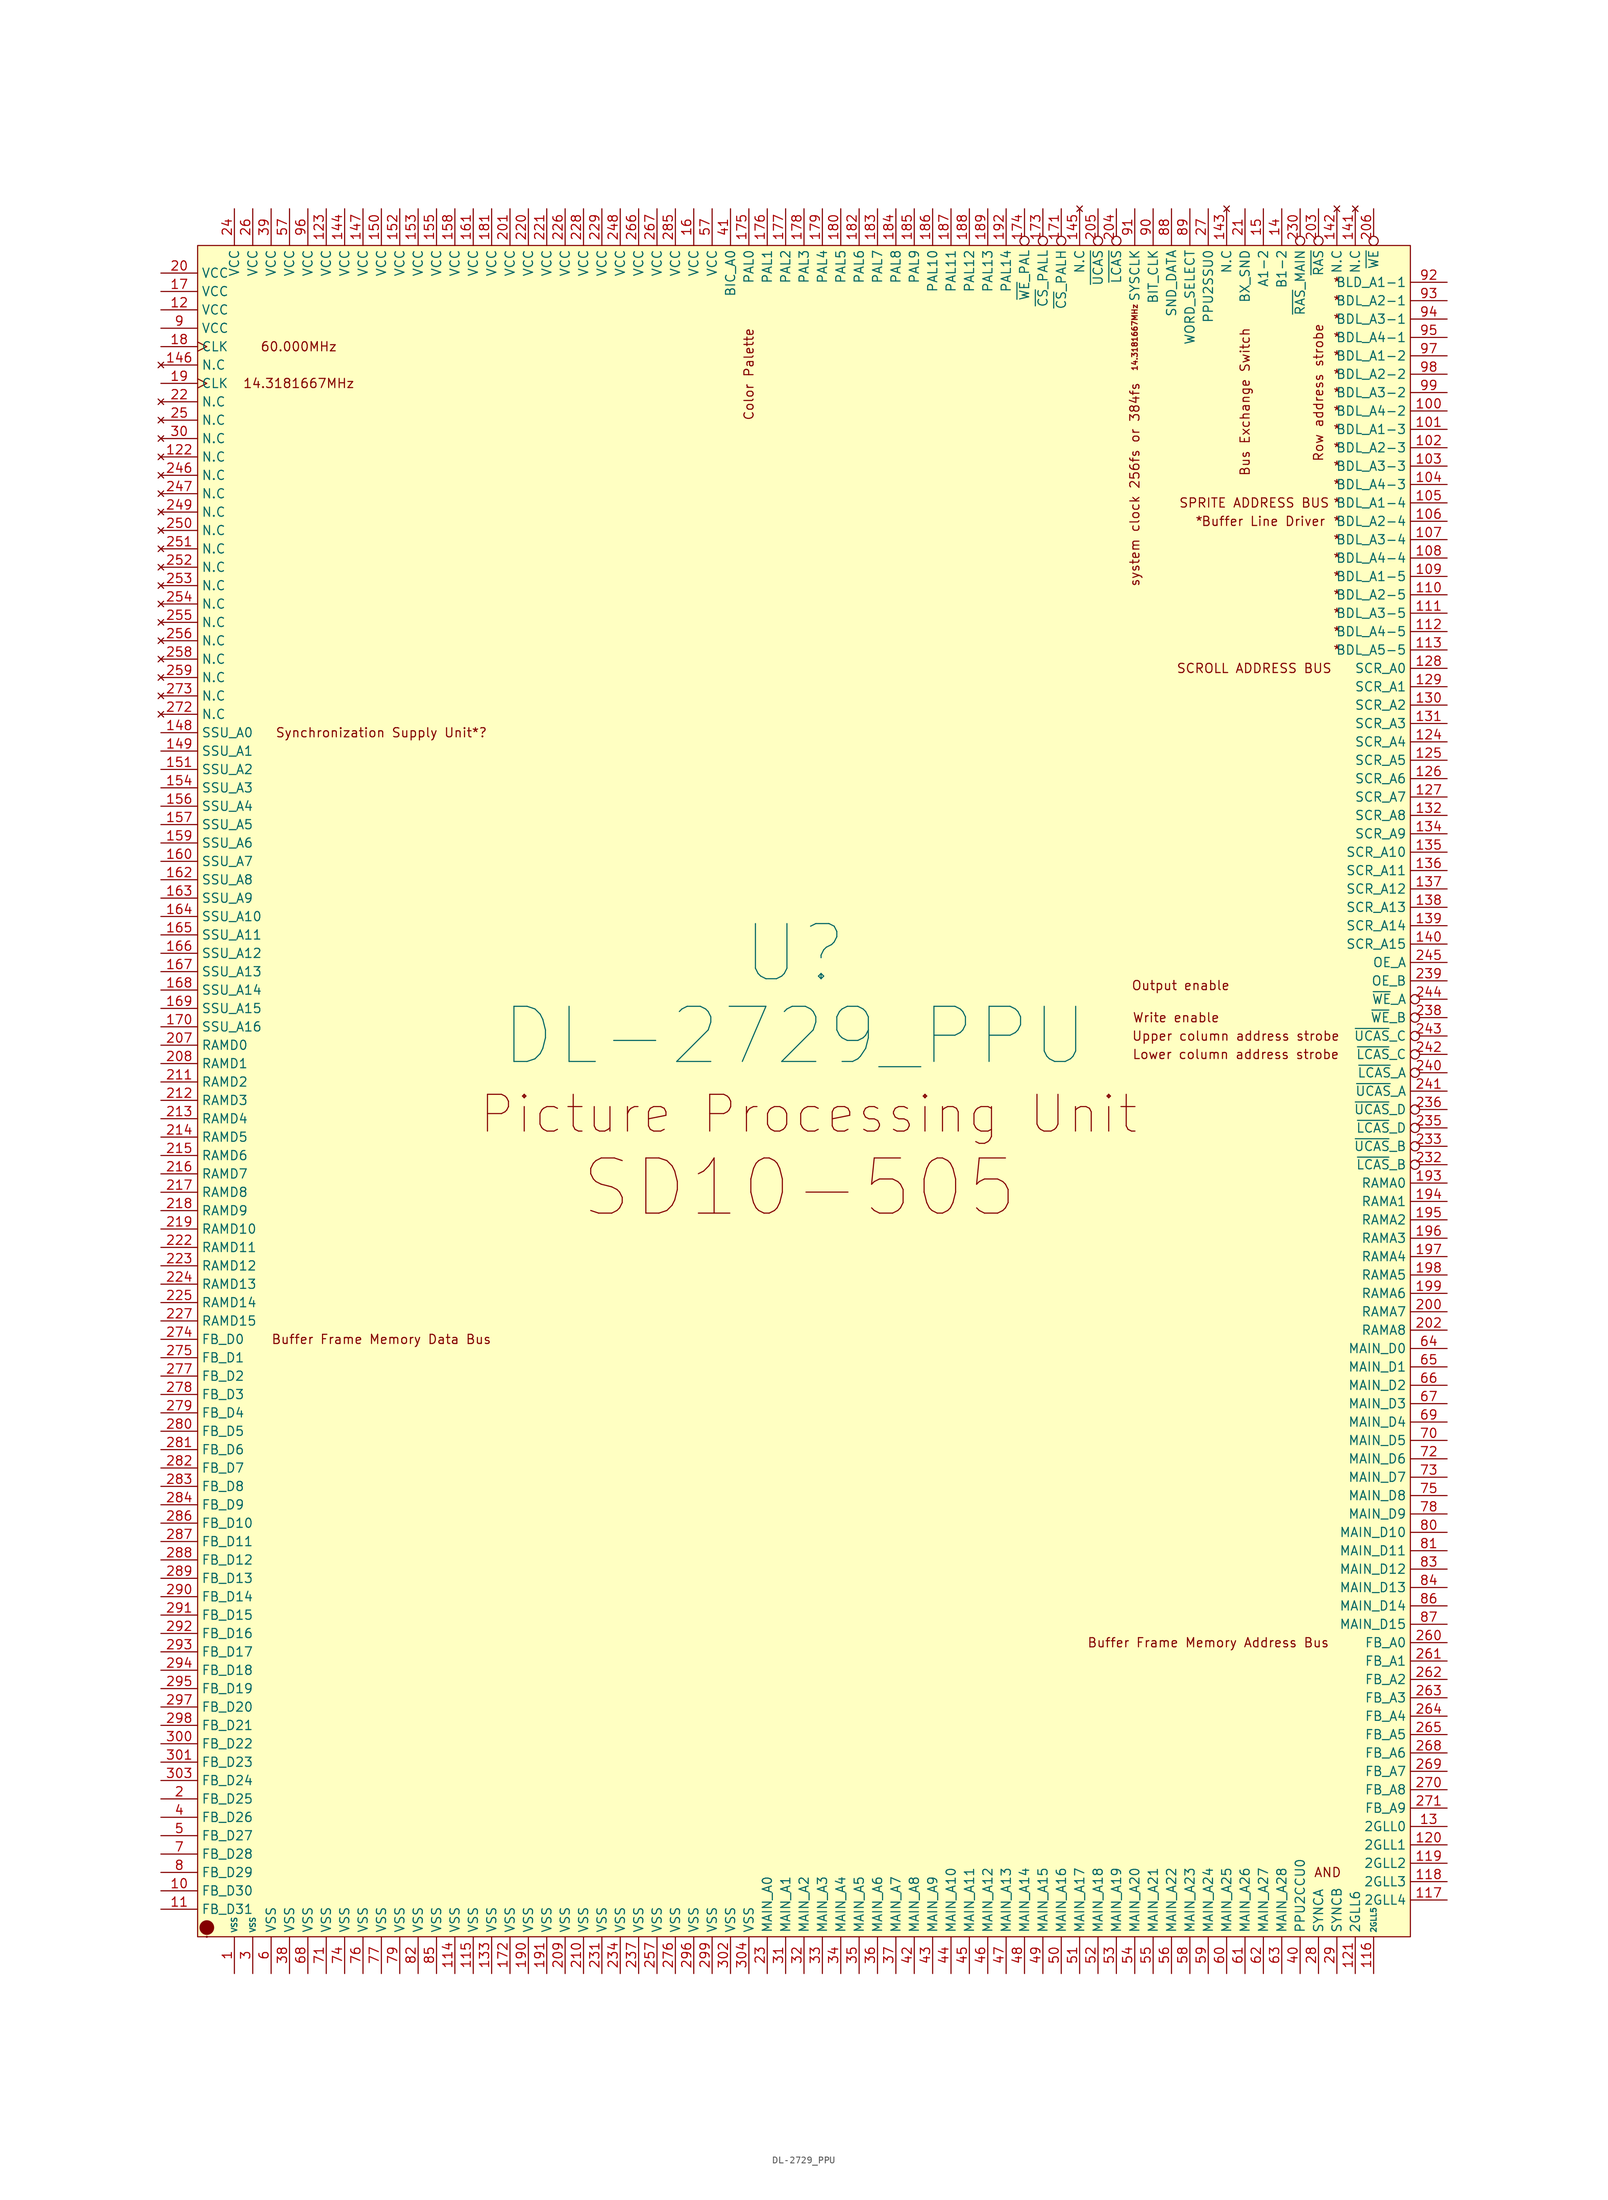
<source format=kicad_sym>
(kicad_symbol_lib
  (version 20211014)
  (generator kicad_symbol_editor)
  (symbol "DL-2729_PPU"
    (property "Reference" "U"
      (at 0 5.08 0)
      (effects (font (size 7.62 7.62))))
    (property "Value" "DL-2729_PPU"
      (at 0 -6.35 0)
      (effects (font (size 7.62 7.62))))
    (symbol "DL-2729_PPU_0_0"
      (circle (center -81.28 -130.81) (radius 0.0001) (stroke (width 0.152) (type default) (color 0 0 0 0)) (fill (type none)))
      (text "*" (at 55.88 64.77 0) (effects (font (size 1.27 1.27))))
      (text "*" (at 74.93 46.99 0) (effects (font (size 1.27 1.27))))
      (text "*" (at 74.93 49.53 0) (effects (font (size 1.27 1.27))))
      (text "*" (at 74.93 52.07 0) (effects (font (size 1.27 1.27))))
      (text "*" (at 74.93 54.61 0) (effects (font (size 1.27 1.27))))
      (text "*" (at 74.93 57.15 0) (effects (font (size 1.27 1.27))))
      (text "*" (at 74.93 59.69 0) (effects (font (size 1.27 1.27))))
      (text "*" (at 74.93 62.23 0) (effects (font (size 1.27 1.27))))
      (text "*" (at 74.93 64.77 0) (effects (font (size 1.27 1.27))))
      (text "*" (at 74.93 67.31 0) (effects (font (size 1.27 1.27))))
      (text "*" (at 74.93 69.85 0) (effects (font (size 1.27 1.27))))
      (text "*" (at 74.93 72.39 0) (effects (font (size 1.27 1.27))))
      (text "*" (at 74.93 74.93 0) (effects (font (size 1.27 1.27))))
      (text "*" (at 74.93 77.47 0) (effects (font (size 1.27 1.27))))
      (text "*" (at 74.93 80.01 0) (effects (font (size 1.27 1.27))))
      (text "*" (at 74.93 82.55 0) (effects (font (size 1.27 1.27))))
      (text "*" (at 74.93 85.09 0) (effects (font (size 1.27 1.27))))
      (text "*" (at 74.93 87.63 0) (effects (font (size 1.27 1.27))))
      (text "*" (at 74.93 90.17 0) (effects (font (size 1.27 1.27))))
      (text "*" (at 74.93 92.71 0) (effects (font (size 1.27 1.27))))
      (text "*" (at 74.93 95.25 0) (effects (font (size 1.27 1.27))))
      (text "*" (at 74.93 97.79 0) (effects (font (size 1.27 1.27))))
      (text "14.3181667MHz" (at -68.58 83.82 0) (effects (font (size 1.27 1.27))))
      (text "14.3181667MHz" (at 46.99 90.17 900) (effects (font (size 0.762 0.762))))
      (text "60.000MHz" (at -68.58 88.9 0) (effects (font (size 1.27 1.27))))
      (text "AND" (at 73.66 -121.92 0) (effects (font (size 1.27 1.27))))
      (text "Buffer Frame Memory Address Bus" (at 57.15 -90.17 0) (effects (font (size 1.27 1.27))))
      (text "Buffer Frame Memory Data Bus" (at -57.15 -48.26 0) (effects (font (size 1.27 1.27))))
      (text "Buffer Line Driver" (at 64.77 64.77 0) (effects (font (size 1.27 1.27))))
      (text "Bus Exchange Switch" (at 62.23 81.28 900) (effects (font (size 1.27 1.27))))
      (text "Color Palette" (at -6.35 85.09 900) (effects (font (size 1.27 1.27))))
      (text "Lower column address strobe" (at 60.96 -8.89 0) (effects (font (size 1.27 1.27))))
      (text "Output enable" (at 53.34 0.635 0) (effects (font (size 1.27 1.27))))
      (text "Picture Processing Unit" (at 1.905 -17.145 0) (effects (font (size 5.08 5.08))))
      (text "Row address strobe" (at 72.39 82.55 900) (effects (font (size 1.27 1.27))))
      (text "SCROLL ADDRESS BUS" (at 63.5 44.45 0) (effects (font (size 1.27 1.27))))
      (text "SD10-505" (at 0.635 -27.305 0) (effects (font (size 7.62 7.62))))
      (text "SPRITE ADDRESS BUS" (at 63.5 67.31 0) (effects (font (size 1.27 1.27))))
      (text "Synchronization Supply Unit*?" (at -57.15 35.56 0) (effects (font (size 1.27 1.27))))
      (text "system clock 256fs or 384fs" (at 46.99 69.85 900) (effects (font (size 1.27 1.27))))
      (text "Upper column address strobe" (at 60.96 -6.35 0) (effects (font (size 1.27 1.27))))
      (text "Write enable" (at 52.705 -3.81 0) (effects (font (size 1.27 1.27)))))
    (symbol "DL-2729_PPU_0_1"
      (rectangle (start -82.55 102.87) (end 85.09 -130.81) (stroke (width 0.152) (type default) (color 0 0 0 0)) (fill (type background)))
      (circle (center -81.28 -129.54) (radius 0.0001) (stroke (width 1.016) (type default) (color 0 0 0 0)) (fill (type none))))
    (symbol "DL-2729_PPU_1_1"
      (pin power_in line (at -77.47 -135.89 90) (length 5.08) (name "VSS" (effects (font (size 0.762 0.762)))) (number "1" (effects (font (size 1.27 1.27)))))
      (pin bidirectional line (at -87.63 -124.46 0) (length 5.08) (name "FB_D30" (effects (font (size 1.27 1.27)))) (number "10" (effects (font (size 1.27 1.27)))))
      (pin output line (at 90.17 80.01 180) (length 5.08) (name "BDL_A4-2" (effects (font (size 1.27 1.27)))) (number "100" (effects (font (size 1.27 1.27)))))
      (pin output line (at 90.17 77.47 180) (length 5.08) (name "BDL_A1-3" (effects (font (size 1.27 1.27)))) (number "101" (effects (font (size 1.27 1.27)))))
      (pin output line (at 90.17 74.93 180) (length 5.08) (name "BDL_A2-3" (effects (font (size 1.27 1.27)))) (number "102" (effects (font (size 1.27 1.27)))))
      (pin output line (at 90.17 72.39 180) (length 5.08) (name "BDL_A3-3" (effects (font (size 1.27 1.27)))) (number "103" (effects (font (size 1.27 1.27)))))
      (pin output line (at 90.17 69.85 180) (length 5.08) (name "BDL_A4-3" (effects (font (size 1.27 1.27)))) (number "104" (effects (font (size 1.27 1.27)))))
      (pin output line (at 90.17 67.31 180) (length 5.08) (name "BDL_A1-4" (effects (font (size 1.27 1.27)))) (number "105" (effects (font (size 1.27 1.27)))))
      (pin output line (at 90.17 64.77 180) (length 5.08) (name "BDL_A2-4" (effects (font (size 1.27 1.27)))) (number "106" (effects (font (size 1.27 1.27)))))
      (pin output line (at 90.17 62.23 180) (length 5.08) (name "BDL_A3-4" (effects (font (size 1.27 1.27)))) (number "107" (effects (font (size 1.27 1.27)))))
      (pin output line (at 90.17 59.69 180) (length 5.08) (name "BDL_A4-4" (effects (font (size 1.27 1.27)))) (number "108" (effects (font (size 1.27 1.27)))))
      (pin output line (at 90.17 57.15 180) (length 5.08) (name "BDL_A1-5" (effects (font (size 1.27 1.27)))) (number "109" (effects (font (size 1.27 1.27)))))
      (pin bidirectional line (at -87.63 -127 0) (length 5.08) (name "FB_D31" (effects (font (size 1.27 1.27)))) (number "11" (effects (font (size 1.27 1.27)))))
      (pin output line (at 90.17 54.61 180) (length 5.08) (name "BDL_A2-5" (effects (font (size 1.27 1.27)))) (number "110" (effects (font (size 1.27 1.27)))))
      (pin output line (at 90.17 52.07 180) (length 5.08) (name "BDL_A3-5" (effects (font (size 1.27 1.27)))) (number "111" (effects (font (size 1.27 1.27)))))
      (pin output line (at 90.17 49.53 180) (length 5.08) (name "BDL_A4-5" (effects (font (size 1.27 1.27)))) (number "112" (effects (font (size 1.27 1.27)))))
      (pin output line (at 90.17 46.99 180) (length 5.08) (name "BDL_A5-5" (effects (font (size 1.27 1.27)))) (number "113" (effects (font (size 1.27 1.27)))))
      (pin power_in line (at -46.99 -135.89 90) (length 5.08) (name "VSS" (effects (font (size 1.27 1.27)))) (number "114" (effects (font (size 1.27 1.27)))))
      (pin power_in line (at -44.45 -135.89 90) (length 5.08) (name "VSS" (effects (font (size 1.27 1.27)))) (number "115" (effects (font (size 1.27 1.27)))))
      (pin bidirectional line (at 80.01 -135.89 90) (length 5.08) (name "2GLL5" (effects (font (size 0.762 0.762)))) (number "116" (effects (font (size 1.27 1.27)))))
      (pin bidirectional line (at 90.17 -125.73 180) (length 5.08) (name "2GLL4" (effects (font (size 1.27 1.27)))) (number "117" (effects (font (size 1.27 1.27)))))
      (pin bidirectional line (at 90.17 -123.19 180) (length 5.08) (name "2GLL3" (effects (font (size 1.27 1.27)))) (number "118" (effects (font (size 1.27 1.27)))))
      (pin bidirectional line (at 90.17 -120.65 180) (length 5.08) (name "2GLL2" (effects (font (size 1.27 1.27)))) (number "119" (effects (font (size 1.27 1.27)))))
      (pin power_in line (at -87.63 93.98 0) (length 5.08) (name "VCC" (effects (font (size 1.27 1.27)))) (number "12" (effects (font (size 1.27 1.27)))))
      (pin bidirectional line (at 90.17 -118.11 180) (length 5.08) (name "2GLL1" (effects (font (size 1.27 1.27)))) (number "120" (effects (font (size 1.27 1.27)))))
      (pin bidirectional line (at 77.47 -135.89 90) (length 5.08) (name "2GLL6" (effects (font (size 1.27 1.27)))) (number "121" (effects (font (size 1.27 1.27)))))
      (pin no_connect line (at -87.63 73.66 0) (length 5.08) (name "N.C" (effects (font (size 1.27 1.27)))) (number "122" (effects (font (size 1.27 1.27)))))
      (pin power_in line (at -64.77 107.95 270) (length 5.08) (name "VCC" (effects (font (size 1.27 1.27)))) (number "123" (effects (font (size 1.27 1.27)))))
      (pin bidirectional line (at 90.17 34.29 180) (length 5.08) (name "SCR_A4" (effects (font (size 1.27 1.27)))) (number "124" (effects (font (size 1.27 1.27)))))
      (pin bidirectional line (at 90.17 31.75 180) (length 5.08) (name "SCR_A5" (effects (font (size 1.27 1.27)))) (number "125" (effects (font (size 1.27 1.27)))))
      (pin bidirectional line (at 90.17 29.21 180) (length 5.08) (name "SCR_A6" (effects (font (size 1.27 1.27)))) (number "126" (effects (font (size 1.27 1.27)))))
      (pin bidirectional line (at 90.17 26.67 180) (length 5.08) (name "SCR_A7" (effects (font (size 1.27 1.27)))) (number "127" (effects (font (size 1.27 1.27)))))
      (pin bidirectional line (at 90.17 44.45 180) (length 5.08) (name "SCR_A0" (effects (font (size 1.27 1.27)))) (number "128" (effects (font (size 1.27 1.27)))))
      (pin bidirectional line (at 90.17 41.91 180) (length 5.08) (name "SCR_A1" (effects (font (size 1.27 1.27)))) (number "129" (effects (font (size 1.27 1.27)))))
      (pin bidirectional line (at 90.17 -115.57 180) (length 5.08) (name "2GLL0" (effects (font (size 1.27 1.27)))) (number "13" (effects (font (size 1.27 1.27)))))
      (pin bidirectional line (at 90.17 39.37 180) (length 5.08) (name "SCR_A2" (effects (font (size 1.27 1.27)))) (number "130" (effects (font (size 1.27 1.27)))))
      (pin bidirectional line (at 90.17 36.83 180) (length 5.08) (name "SCR_A3" (effects (font (size 1.27 1.27)))) (number "131" (effects (font (size 1.27 1.27)))))
      (pin bidirectional line (at 90.17 24.13 180) (length 5.08) (name "SCR_A8" (effects (font (size 1.27 1.27)))) (number "132" (effects (font (size 1.27 1.27)))))
      (pin power_in line (at -41.91 -135.89 90) (length 5.08) (name "VSS" (effects (font (size 1.27 1.27)))) (number "133" (effects (font (size 1.27 1.27)))))
      (pin bidirectional line (at 90.17 21.59 180) (length 5.08) (name "SCR_A9" (effects (font (size 1.27 1.27)))) (number "134" (effects (font (size 1.27 1.27)))))
      (pin bidirectional line (at 90.17 19.05 180) (length 5.08) (name "SCR_A10" (effects (font (size 1.27 1.27)))) (number "135" (effects (font (size 1.27 1.27)))))
      (pin bidirectional line (at 90.17 16.51 180) (length 5.08) (name "SCR_A11" (effects (font (size 1.27 1.27)))) (number "136" (effects (font (size 1.27 1.27)))))
      (pin bidirectional line (at 90.17 13.97 180) (length 5.08) (name "SCR_A12" (effects (font (size 1.27 1.27)))) (number "137" (effects (font (size 1.27 1.27)))))
      (pin bidirectional line (at 90.17 11.43 180) (length 5.08) (name "SCR_A13" (effects (font (size 1.27 1.27)))) (number "138" (effects (font (size 1.27 1.27)))))
      (pin bidirectional line (at 90.17 8.89 180) (length 5.08) (name "SCR_A14" (effects (font (size 1.27 1.27)))) (number "139" (effects (font (size 1.27 1.27)))))
      (pin input line (at 67.31 107.95 270) (length 5.08) (name "B1-2" (effects (font (size 1.27 1.27)))) (number "14" (effects (font (size 1.27 1.27)))))
      (pin bidirectional line (at 90.17 6.35 180) (length 5.08) (name "SCR_A15" (effects (font (size 1.27 1.27)))) (number "140" (effects (font (size 1.27 1.27)))))
      (pin no_connect line (at 77.47 107.95 270) (length 5.08) (name "N.C" (effects (font (size 1.27 1.27)))) (number "141" (effects (font (size 1.27 1.27)))))
      (pin no_connect line (at 74.93 107.95 270) (length 5.08) (name "N.C" (effects (font (size 1.27 1.27)))) (number "142" (effects (font (size 1.27 1.27)))))
      (pin no_connect line (at 59.69 107.95 270) (length 5.08) (name "N.C" (effects (font (size 1.27 1.27)))) (number "143" (effects (font (size 1.27 1.27)))))
      (pin power_in line (at -62.23 107.95 270) (length 5.08) (name "VCC" (effects (font (size 1.27 1.27)))) (number "144" (effects (font (size 1.27 1.27)))))
      (pin no_connect line (at 39.37 107.95 270) (length 5.08) (name "N.C" (effects (font (size 1.27 1.27)))) (number "145" (effects (font (size 1.27 1.27)))))
      (pin no_connect line (at -87.63 86.36 0) (length 5.08) (name "N.C" (effects (font (size 1.27 1.27)))) (number "146" (effects (font (size 1.27 1.27)))))
      (pin power_in line (at -59.69 107.95 270) (length 5.08) (name "VCC" (effects (font (size 1.27 1.27)))) (number "147" (effects (font (size 1.27 1.27)))))
      (pin bidirectional line (at -87.63 35.56 0) (length 5.08) (name "SSU_A0" (effects (font (size 1.27 1.27)))) (number "148" (effects (font (size 1.27 1.27)))))
      (pin bidirectional line (at -87.63 33.02 0) (length 5.08) (name "SSU_A1" (effects (font (size 1.27 1.27)))) (number "149" (effects (font (size 1.27 1.27)))))
      (pin output line (at 64.77 107.95 270) (length 5.08) (name "A1-2" (effects (font (size 1.27 1.27)))) (number "15" (effects (font (size 1.27 1.27)))))
      (pin power_in line (at -57.15 107.95 270) (length 5.08) (name "VCC" (effects (font (size 1.27 1.27)))) (number "150" (effects (font (size 1.27 1.27)))))
      (pin bidirectional line (at -87.63 30.48 0) (length 5.08) (name "SSU_A2" (effects (font (size 1.27 1.27)))) (number "151" (effects (font (size 1.27 1.27)))))
      (pin power_in line (at -54.61 107.95 270) (length 5.08) (name "VCC" (effects (font (size 1.27 1.27)))) (number "152" (effects (font (size 1.27 1.27)))))
      (pin power_in line (at -52.07 107.95 270) (length 5.08) (name "VCC" (effects (font (size 1.27 1.27)))) (number "153" (effects (font (size 1.27 1.27)))))
      (pin bidirectional line (at -87.63 27.94 0) (length 5.08) (name "SSU_A3" (effects (font (size 1.27 1.27)))) (number "154" (effects (font (size 1.27 1.27)))))
      (pin power_in line (at -49.53 107.95 270) (length 5.08) (name "VCC" (effects (font (size 1.27 1.27)))) (number "155" (effects (font (size 1.27 1.27)))))
      (pin bidirectional line (at -87.63 25.4 0) (length 5.08) (name "SSU_A4" (effects (font (size 1.27 1.27)))) (number "156" (effects (font (size 1.27 1.27)))))
      (pin bidirectional line (at -87.63 22.86 0) (length 5.08) (name "SSU_A5" (effects (font (size 1.27 1.27)))) (number "157" (effects (font (size 1.27 1.27)))))
      (pin power_in line (at -46.99 107.95 270) (length 5.08) (name "VCC" (effects (font (size 1.27 1.27)))) (number "158" (effects (font (size 1.27 1.27)))))
      (pin bidirectional line (at -87.63 20.32 0) (length 5.08) (name "SSU_A6" (effects (font (size 1.27 1.27)))) (number "159" (effects (font (size 1.27 1.27)))))
      (pin power_in line (at -13.97 107.95 270) (length 5.08) (name "VCC" (effects (font (size 1.27 1.27)))) (number "16" (effects (font (size 1.27 1.27)))))
      (pin bidirectional line (at -87.63 17.78 0) (length 5.08) (name "SSU_A7" (effects (font (size 1.27 1.27)))) (number "160" (effects (font (size 1.27 1.27)))))
      (pin power_in line (at -44.45 107.95 270) (length 5.08) (name "VCC" (effects (font (size 1.27 1.27)))) (number "161" (effects (font (size 1.27 1.27)))))
      (pin bidirectional line (at -87.63 15.24 0) (length 5.08) (name "SSU_A8" (effects (font (size 1.27 1.27)))) (number "162" (effects (font (size 1.27 1.27)))))
      (pin bidirectional line (at -87.63 12.7 0) (length 5.08) (name "SSU_A9" (effects (font (size 1.27 1.27)))) (number "163" (effects (font (size 1.27 1.27)))))
      (pin bidirectional line (at -87.63 10.16 0) (length 5.08) (name "SSU_A10" (effects (font (size 1.27 1.27)))) (number "164" (effects (font (size 1.27 1.27)))))
      (pin bidirectional line (at -87.63 7.62 0) (length 5.08) (name "SSU_A11" (effects (font (size 1.27 1.27)))) (number "165" (effects (font (size 1.27 1.27)))))
      (pin bidirectional line (at -87.63 5.08 0) (length 5.08) (name "SSU_A12" (effects (font (size 1.27 1.27)))) (number "166" (effects (font (size 1.27 1.27)))))
      (pin bidirectional line (at -87.63 2.54 0) (length 5.08) (name "SSU_A13" (effects (font (size 1.27 1.27)))) (number "167" (effects (font (size 1.27 1.27)))))
      (pin bidirectional line (at -87.63 0 0) (length 5.08) (name "SSU_A14" (effects (font (size 1.27 1.27)))) (number "168" (effects (font (size 1.27 1.27)))))
      (pin bidirectional line (at -87.63 -2.54 0) (length 5.08) (name "SSU_A15" (effects (font (size 1.27 1.27)))) (number "169" (effects (font (size 1.27 1.27)))))
      (pin power_in line (at -87.63 96.52 0) (length 5.08) (name "VCC" (effects (font (size 1.27 1.27)))) (number "17" (effects (font (size 1.27 1.27)))))
      (pin bidirectional line (at -87.63 -5.08 0) (length 5.08) (name "SSU_A16" (effects (font (size 1.27 1.27)))) (number "170" (effects (font (size 1.27 1.27)))))
      (pin output inverted (at 36.83 107.95 270) (length 5.08) (name "~{CS}_PALH" (effects (font (size 1.27 1.27)))) (number "171" (effects (font (size 1.27 1.27)))))
      (pin power_in line (at -39.37 -135.89 90) (length 5.08) (name "VSS" (effects (font (size 1.27 1.27)))) (number "172" (effects (font (size 1.27 1.27)))))
      (pin output inverted (at 34.29 107.95 270) (length 5.08) (name "~{CS}_PALL" (effects (font (size 1.27 1.27)))) (number "173" (effects (font (size 1.27 1.27)))))
      (pin output inverted (at 31.75 107.95 270) (length 5.08) (name "~{WE}_PAL" (effects (font (size 1.27 1.27)))) (number "174" (effects (font (size 1.27 1.27)))))
      (pin output line (at -6.35 107.95 270) (length 5.08) (name "PAL0" (effects (font (size 1.27 1.27)))) (number "175" (effects (font (size 1.27 1.27)))))
      (pin output line (at -3.81 107.95 270) (length 5.08) (name "PAL1" (effects (font (size 1.27 1.27)))) (number "176" (effects (font (size 1.27 1.27)))))
      (pin output line (at -1.27 107.95 270) (length 5.08) (name "PAL2" (effects (font (size 1.27 1.27)))) (number "177" (effects (font (size 1.27 1.27)))))
      (pin output line (at 1.27 107.95 270) (length 5.08) (name "PAL3" (effects (font (size 1.27 1.27)))) (number "178" (effects (font (size 1.27 1.27)))))
      (pin output line (at 3.81 107.95 270) (length 5.08) (name "PAL4" (effects (font (size 1.27 1.27)))) (number "179" (effects (font (size 1.27 1.27)))))
      (pin input clock (at -87.63 88.9 0) (length 5.08) (name "CLK" (effects (font (size 1.27 1.27)))) (number "18" (effects (font (size 1.27 1.27)))))
      (pin output line (at 6.35 107.95 270) (length 5.08) (name "PAL5" (effects (font (size 1.27 1.27)))) (number "180" (effects (font (size 1.27 1.27)))))
      (pin power_in line (at -41.91 107.95 270) (length 5.08) (name "VCC" (effects (font (size 1.27 1.27)))) (number "181" (effects (font (size 1.27 1.27)))))
      (pin output line (at 8.89 107.95 270) (length 5.08) (name "PAL6" (effects (font (size 1.27 1.27)))) (number "182" (effects (font (size 1.27 1.27)))))
      (pin output line (at 11.43 107.95 270) (length 5.08) (name "PAL7" (effects (font (size 1.27 1.27)))) (number "183" (effects (font (size 1.27 1.27)))))
      (pin output line (at 13.97 107.95 270) (length 5.08) (name "PAL8" (effects (font (size 1.27 1.27)))) (number "184" (effects (font (size 1.27 1.27)))))
      (pin output line (at 16.51 107.95 270) (length 5.08) (name "PAL9" (effects (font (size 1.27 1.27)))) (number "185" (effects (font (size 1.27 1.27)))))
      (pin output line (at 19.05 107.95 270) (length 5.08) (name "PAL10" (effects (font (size 1.27 1.27)))) (number "186" (effects (font (size 1.27 1.27)))))
      (pin output line (at 21.59 107.95 270) (length 5.08) (name "PAL11" (effects (font (size 1.27 1.27)))) (number "187" (effects (font (size 1.27 1.27)))))
      (pin output line (at 24.13 107.95 270) (length 5.08) (name "PAL12" (effects (font (size 1.27 1.27)))) (number "188" (effects (font (size 1.27 1.27)))))
      (pin output line (at 26.67 107.95 270) (length 5.08) (name "PAL13" (effects (font (size 1.27 1.27)))) (number "189" (effects (font (size 1.27 1.27)))))
      (pin input clock (at -87.63 83.82 0) (length 5.08) (name "CLK" (effects (font (size 1.27 1.27)))) (number "19" (effects (font (size 1.27 1.27)))))
      (pin power_in line (at -36.83 -135.89 90) (length 5.08) (name "VSS" (effects (font (size 1.27 1.27)))) (number "190" (effects (font (size 1.27 1.27)))))
      (pin power_in line (at -34.29 -135.89 90) (length 5.08) (name "VSS" (effects (font (size 1.27 1.27)))) (number "191" (effects (font (size 1.27 1.27)))))
      (pin output line (at 29.21 107.95 270) (length 5.08) (name "PAL14" (effects (font (size 1.27 1.27)))) (number "192" (effects (font (size 1.27 1.27)))))
      (pin output line (at 90.17 -26.67 180) (length 5.08) (name "RAMA0" (effects (font (size 1.27 1.27)))) (number "193" (effects (font (size 1.27 1.27)))))
      (pin output line (at 90.17 -29.21 180) (length 5.08) (name "RAMA1" (effects (font (size 1.27 1.27)))) (number "194" (effects (font (size 1.27 1.27)))))
      (pin output line (at 90.17 -31.75 180) (length 5.08) (name "RAMA2" (effects (font (size 1.27 1.27)))) (number "195" (effects (font (size 1.27 1.27)))))
      (pin output line (at 90.17 -34.29 180) (length 5.08) (name "RAMA3" (effects (font (size 1.27 1.27)))) (number "196" (effects (font (size 1.27 1.27)))))
      (pin output line (at 90.17 -36.83 180) (length 5.08) (name "RAMA4" (effects (font (size 1.27 1.27)))) (number "197" (effects (font (size 1.27 1.27)))))
      (pin output line (at 90.17 -39.37 180) (length 5.08) (name "RAMA5" (effects (font (size 1.27 1.27)))) (number "198" (effects (font (size 1.27 1.27)))))
      (pin output line (at 90.17 -41.91 180) (length 5.08) (name "RAMA6" (effects (font (size 1.27 1.27)))) (number "199" (effects (font (size 1.27 1.27)))))
      (pin bidirectional line (at -87.63 -111.76 0) (length 5.08) (name "FB_D25" (effects (font (size 1.27 1.27)))) (number "2" (effects (font (size 1.27 1.27)))))
      (pin power_in line (at -87.63 99.06 0) (length 5.08) (name "VCC" (effects (font (size 1.27 1.27)))) (number "20" (effects (font (size 1.27 1.27)))))
      (pin output line (at 90.17 -44.45 180) (length 5.08) (name "RAMA7" (effects (font (size 1.27 1.27)))) (number "200" (effects (font (size 1.27 1.27)))))
      (pin power_in line (at -39.37 107.95 270) (length 5.08) (name "VCC" (effects (font (size 1.27 1.27)))) (number "201" (effects (font (size 1.27 1.27)))))
      (pin output line (at 90.17 -46.99 180) (length 5.08) (name "RAMA8" (effects (font (size 1.27 1.27)))) (number "202" (effects (font (size 1.27 1.27)))))
      (pin output inverted (at 72.39 107.95 270) (length 5.08) (name "~{RAS}" (effects (font (size 1.27 1.27)))) (number "203" (effects (font (size 1.27 1.27)))))
      (pin output inverted (at 44.45 107.95 270) (length 5.08) (name "~{LCAS}" (effects (font (size 1.27 1.27)))) (number "204" (effects (font (size 1.27 1.27)))))
      (pin output inverted (at 41.91 107.95 270) (length 5.08) (name "~{UCAS}" (effects (font (size 1.27 1.27)))) (number "205" (effects (font (size 1.27 1.27)))))
      (pin output inverted (at 80.01 107.95 270) (length 5.08) (name "~{WE}" (effects (font (size 1.27 1.27)))) (number "206" (effects (font (size 1.27 1.27)))))
      (pin bidirectional line (at -87.63 -7.62 0) (length 5.08) (name "RAMD0" (effects (font (size 1.27 1.27)))) (number "207" (effects (font (size 1.27 1.27)))))
      (pin bidirectional line (at -87.63 -10.16 0) (length 5.08) (name "RAMD1" (effects (font (size 1.27 1.27)))) (number "208" (effects (font (size 1.27 1.27)))))
      (pin power_in line (at -31.75 -135.89 90) (length 5.08) (name "VSS" (effects (font (size 1.27 1.27)))) (number "209" (effects (font (size 1.27 1.27)))))
      (pin output line (at 62.23 107.95 270) (length 5.08) (name "BX_SND" (effects (font (size 1.27 1.27)))) (number "21" (effects (font (size 1.27 1.27)))))
      (pin power_in line (at -29.21 -135.89 90) (length 5.08) (name "VSS" (effects (font (size 1.27 1.27)))) (number "210" (effects (font (size 1.27 1.27)))))
      (pin bidirectional line (at -87.63 -12.7 0) (length 5.08) (name "RAMD2" (effects (font (size 1.27 1.27)))) (number "211" (effects (font (size 1.27 1.27)))))
      (pin bidirectional line (at -87.63 -15.24 0) (length 5.08) (name "RAMD3" (effects (font (size 1.27 1.27)))) (number "212" (effects (font (size 1.27 1.27)))))
      (pin bidirectional line (at -87.63 -17.78 0) (length 5.08) (name "RAMD4" (effects (font (size 1.27 1.27)))) (number "213" (effects (font (size 1.27 1.27)))))
      (pin bidirectional line (at -87.63 -20.32 0) (length 5.08) (name "RAMD5" (effects (font (size 1.27 1.27)))) (number "214" (effects (font (size 1.27 1.27)))))
      (pin bidirectional line (at -87.63 -22.86 0) (length 5.08) (name "RAMD6" (effects (font (size 1.27 1.27)))) (number "215" (effects (font (size 1.27 1.27)))))
      (pin bidirectional line (at -87.63 -25.4 0) (length 5.08) (name "RAMD7" (effects (font (size 1.27 1.27)))) (number "216" (effects (font (size 1.27 1.27)))))
      (pin bidirectional line (at -87.63 -27.94 0) (length 5.08) (name "RAMD8" (effects (font (size 1.27 1.27)))) (number "217" (effects (font (size 1.27 1.27)))))
      (pin bidirectional line (at -87.63 -30.48 0) (length 5.08) (name "RAMD9" (effects (font (size 1.27 1.27)))) (number "218" (effects (font (size 1.27 1.27)))))
      (pin bidirectional line (at -87.63 -33.02 0) (length 5.08) (name "RAMD10" (effects (font (size 1.27 1.27)))) (number "219" (effects (font (size 1.27 1.27)))))
      (pin no_connect line (at -87.63 81.28 0) (length 5.08) (name "N.C" (effects (font (size 1.27 1.27)))) (number "22" (effects (font (size 1.27 1.27)))))
      (pin power_in line (at -36.83 107.95 270) (length 5.08) (name "VCC" (effects (font (size 1.27 1.27)))) (number "220" (effects (font (size 1.27 1.27)))))
      (pin power_in line (at -34.29 107.95 270) (length 5.08) (name "VCC" (effects (font (size 1.27 1.27)))) (number "221" (effects (font (size 1.27 1.27)))))
      (pin bidirectional line (at -87.63 -35.56 0) (length 5.08) (name "RAMD11" (effects (font (size 1.27 1.27)))) (number "222" (effects (font (size 1.27 1.27)))))
      (pin bidirectional line (at -87.63 -38.1 0) (length 5.08) (name "RAMD12" (effects (font (size 1.27 1.27)))) (number "223" (effects (font (size 1.27 1.27)))))
      (pin bidirectional line (at -87.63 -40.64 0) (length 5.08) (name "RAMD13" (effects (font (size 1.27 1.27)))) (number "224" (effects (font (size 1.27 1.27)))))
      (pin bidirectional line (at -87.63 -43.18 0) (length 5.08) (name "RAMD14" (effects (font (size 1.27 1.27)))) (number "225" (effects (font (size 1.27 1.27)))))
      (pin power_in line (at -31.75 107.95 270) (length 5.08) (name "VCC" (effects (font (size 1.27 1.27)))) (number "226" (effects (font (size 1.27 1.27)))))
      (pin bidirectional line (at -87.63 -45.72 0) (length 5.08) (name "RAMD15" (effects (font (size 1.27 1.27)))) (number "227" (effects (font (size 1.27 1.27)))))
      (pin power_in line (at -29.21 107.95 270) (length 5.08) (name "VCC" (effects (font (size 1.27 1.27)))) (number "228" (effects (font (size 1.27 1.27)))))
      (pin power_in line (at -26.67 107.95 270) (length 5.08) (name "VCC" (effects (font (size 1.27 1.27)))) (number "229" (effects (font (size 1.27 1.27)))))
      (pin bidirectional line (at -3.81 -135.89 90) (length 5.08) (name "MAIN_A0" (effects (font (size 1.27 1.27)))) (number "23" (effects (font (size 1.27 1.27)))))
      (pin output inverted (at 69.85 107.95 270) (length 5.08) (name "~{RAS}_MAIN" (effects (font (size 1.27 1.27)))) (number "230" (effects (font (size 1.27 1.27)))))
      (pin power_in line (at -26.67 -135.89 90) (length 5.08) (name "VSS" (effects (font (size 1.27 1.27)))) (number "231" (effects (font (size 1.27 1.27)))))
      (pin output inverted (at 90.17 -24.13 180) (length 5.08) (name "~{LCAS}_B" (effects (font (size 1.27 1.27)))) (number "232" (effects (font (size 1.27 1.27)))))
      (pin output inverted (at 90.17 -21.59 180) (length 5.08) (name "~{UCAS}_B" (effects (font (size 1.27 1.27)))) (number "233" (effects (font (size 1.27 1.27)))))
      (pin power_in line (at -24.13 -135.89 90) (length 5.08) (name "VSS" (effects (font (size 1.27 1.27)))) (number "234" (effects (font (size 1.27 1.27)))))
      (pin output inverted (at 90.17 -19.05 180) (length 5.08) (name "~{LCAS}_D" (effects (font (size 1.27 1.27)))) (number "235" (effects (font (size 1.27 1.27)))))
      (pin output inverted (at 90.17 -16.51 180) (length 5.08) (name "~{UCAS}_D" (effects (font (size 1.27 1.27)))) (number "236" (effects (font (size 1.27 1.27)))))
      (pin power_in line (at -21.59 -135.89 90) (length 5.08) (name "VSS" (effects (font (size 1.27 1.27)))) (number "237" (effects (font (size 1.27 1.27)))))
      (pin output inverted (at 90.17 -3.81 180) (length 5.08) (name "~{WE}_B" (effects (font (size 1.27 1.27)))) (number "238" (effects (font (size 1.27 1.27)))))
      (pin output line (at 90.17 1.27 180) (length 5.08) (name "OE_B" (effects (font (size 1.27 1.27)))) (number "239" (effects (font (size 1.27 1.27)))))
      (pin power_in line (at -77.47 107.95 270) (length 5.08) (name "VCC" (effects (font (size 1.27 1.27)))) (number "24" (effects (font (size 1.27 1.27)))))
      (pin output inverted (at 90.17 -11.43 180) (length 5.08) (name "~{LCAS}_A" (effects (font (size 1.27 1.27)))) (number "240" (effects (font (size 1.27 1.27)))))
      (pin output line (at 90.17 -13.97 180) (length 5.08) (name "~{UCAS}_A" (effects (font (size 1.27 1.27)))) (number "241" (effects (font (size 1.27 1.27)))))
      (pin output inverted (at 90.17 -8.89 180) (length 5.08) (name "~{LCAS}_C" (effects (font (size 1.27 1.27)))) (number "242" (effects (font (size 1.27 1.27)))))
      (pin output inverted (at 90.17 -6.35 180) (length 5.08) (name "~{UCAS}_C" (effects (font (size 1.27 1.27)))) (number "243" (effects (font (size 1.27 1.27)))))
      (pin output inverted (at 90.17 -1.27 180) (length 5.08) (name "~{WE}_A" (effects (font (size 1.27 1.27)))) (number "244" (effects (font (size 1.27 1.27)))))
      (pin output line (at 90.17 3.81 180) (length 5.08) (name "OE_A" (effects (font (size 1.27 1.27)))) (number "245" (effects (font (size 1.27 1.27)))))
      (pin no_connect line (at -87.63 71.12 0) (length 5.08) (name "N.C" (effects (font (size 1.27 1.27)))) (number "246" (effects (font (size 1.27 1.27)))))
      (pin no_connect line (at -87.63 68.58 0) (length 5.08) (name "N.C" (effects (font (size 1.27 1.27)))) (number "247" (effects (font (size 1.27 1.27)))))
      (pin power_in line (at -24.13 107.95 270) (length 5.08) (name "VCC" (effects (font (size 1.27 1.27)))) (number "248" (effects (font (size 1.27 1.27)))))
      (pin no_connect line (at -87.63 66.04 0) (length 5.08) (name "N.C" (effects (font (size 1.27 1.27)))) (number "249" (effects (font (size 1.27 1.27)))))
      (pin no_connect line (at -87.63 78.74 0) (length 5.08) (name "N.C" (effects (font (size 1.27 1.27)))) (number "25" (effects (font (size 1.27 1.27)))))
      (pin no_connect line (at -87.63 63.5 0) (length 5.08) (name "N.C" (effects (font (size 1.27 1.27)))) (number "250" (effects (font (size 1.27 1.27)))))
      (pin no_connect line (at -87.63 60.96 0) (length 5.08) (name "N.C" (effects (font (size 1.27 1.27)))) (number "251" (effects (font (size 1.27 1.27)))))
      (pin no_connect line (at -87.63 58.42 0) (length 5.08) (name "N.C" (effects (font (size 1.27 1.27)))) (number "252" (effects (font (size 1.27 1.27)))))
      (pin no_connect line (at -87.63 55.88 0) (length 5.08) (name "N.C" (effects (font (size 1.27 1.27)))) (number "253" (effects (font (size 1.27 1.27)))))
      (pin no_connect line (at -87.63 53.34 0) (length 5.08) (name "N.C" (effects (font (size 1.27 1.27)))) (number "254" (effects (font (size 1.27 1.27)))))
      (pin no_connect line (at -87.63 50.8 0) (length 5.08) (name "N.C" (effects (font (size 1.27 1.27)))) (number "255" (effects (font (size 1.27 1.27)))))
      (pin no_connect line (at -87.63 48.26 0) (length 5.08) (name "N.C" (effects (font (size 1.27 1.27)))) (number "256" (effects (font (size 1.27 1.27)))))
      (pin power_in line (at -19.05 -135.89 90) (length 5.08) (name "VSS" (effects (font (size 1.27 1.27)))) (number "257" (effects (font (size 1.27 1.27)))))
      (pin no_connect line (at -87.63 45.72 0) (length 5.08) (name "N.C" (effects (font (size 1.27 1.27)))) (number "258" (effects (font (size 1.27 1.27)))))
      (pin no_connect line (at -87.63 43.18 0) (length 5.08) (name "N.C" (effects (font (size 1.27 1.27)))) (number "259" (effects (font (size 1.27 1.27)))))
      (pin power_in line (at -74.93 107.95 270) (length 5.08) (name "VCC" (effects (font (size 1.27 1.27)))) (number "26" (effects (font (size 1.27 1.27)))))
      (pin output line (at 90.17 -90.17 180) (length 5.08) (name "FB_A0" (effects (font (size 1.27 1.27)))) (number "260" (effects (font (size 1.27 1.27)))))
      (pin output line (at 90.17 -92.71 180) (length 5.08) (name "FB_A1" (effects (font (size 1.27 1.27)))) (number "261" (effects (font (size 1.27 1.27)))))
      (pin output line (at 90.17 -95.25 180) (length 5.08) (name "FB_A2" (effects (font (size 1.27 1.27)))) (number "262" (effects (font (size 1.27 1.27)))))
      (pin output line (at 90.17 -97.79 180) (length 5.08) (name "FB_A3" (effects (font (size 1.27 1.27)))) (number "263" (effects (font (size 1.27 1.27)))))
      (pin output line (at 90.17 -100.33 180) (length 5.08) (name "FB_A4" (effects (font (size 1.27 1.27)))) (number "264" (effects (font (size 1.27 1.27)))))
      (pin output line (at 90.17 -102.87 180) (length 5.08) (name "FB_A5" (effects (font (size 1.27 1.27)))) (number "265" (effects (font (size 1.27 1.27)))))
      (pin power_in line (at -21.59 107.95 270) (length 5.08) (name "VCC" (effects (font (size 1.27 1.27)))) (number "266" (effects (font (size 1.27 1.27)))))
      (pin power_in line (at -19.05 107.95 270) (length 5.08) (name "VCC" (effects (font (size 1.27 1.27)))) (number "267" (effects (font (size 1.27 1.27)))))
      (pin output line (at 90.17 -105.41 180) (length 5.08) (name "FB_A6" (effects (font (size 1.27 1.27)))) (number "268" (effects (font (size 1.27 1.27)))))
      (pin output line (at 90.17 -107.95 180) (length 5.08) (name "FB_A7" (effects (font (size 1.27 1.27)))) (number "269" (effects (font (size 1.27 1.27)))))
      (pin output line (at 57.15 107.95 270) (length 5.08) (name "PPU2SSU0" (effects (font (size 1.27 1.27)))) (number "27" (effects (font (size 1.27 1.27)))))
      (pin output line (at 90.17 -110.49 180) (length 5.08) (name "FB_A8" (effects (font (size 1.27 1.27)))) (number "270" (effects (font (size 1.27 1.27)))))
      (pin output line (at 90.17 -113.03 180) (length 5.08) (name "FB_A9" (effects (font (size 1.27 1.27)))) (number "271" (effects (font (size 1.27 1.27)))))
      (pin no_connect line (at -87.63 38.1 0) (length 5.08) (name "N.C" (effects (font (size 1.27 1.27)))) (number "272" (effects (font (size 1.27 1.27)))))
      (pin no_connect line (at -87.63 40.64 0) (length 5.08) (name "N.C" (effects (font (size 1.27 1.27)))) (number "273" (effects (font (size 1.27 1.27)))))
      (pin bidirectional line (at -87.63 -48.26 0) (length 5.08) (name "FB_D0" (effects (font (size 1.27 1.27)))) (number "274" (effects (font (size 1.27 1.27)))))
      (pin bidirectional line (at -87.63 -50.8 0) (length 5.08) (name "FB_D1" (effects (font (size 1.27 1.27)))) (number "275" (effects (font (size 1.27 1.27)))))
      (pin power_in line (at -16.51 -135.89 90) (length 5.08) (name "VSS" (effects (font (size 1.27 1.27)))) (number "276" (effects (font (size 1.27 1.27)))))
      (pin bidirectional line (at -87.63 -53.34 0) (length 5.08) (name "FB_D2" (effects (font (size 1.27 1.27)))) (number "277" (effects (font (size 1.27 1.27)))))
      (pin bidirectional line (at -87.63 -55.88 0) (length 5.08) (name "FB_D3" (effects (font (size 1.27 1.27)))) (number "278" (effects (font (size 1.27 1.27)))))
      (pin bidirectional line (at -87.63 -58.42 0) (length 5.08) (name "FB_D4" (effects (font (size 1.27 1.27)))) (number "279" (effects (font (size 1.27 1.27)))))
      (pin output line (at 72.39 -135.89 90) (length 5.08) (name "SYNCA" (effects (font (size 1.27 1.27)))) (number "28" (effects (font (size 1.27 1.27)))))
      (pin bidirectional line (at -87.63 -60.96 0) (length 5.08) (name "FB_D5" (effects (font (size 1.27 1.27)))) (number "280" (effects (font (size 1.27 1.27)))))
      (pin bidirectional line (at -87.63 -63.5 0) (length 5.08) (name "FB_D6" (effects (font (size 1.27 1.27)))) (number "281" (effects (font (size 1.27 1.27)))))
      (pin bidirectional line (at -87.63 -66.04 0) (length 5.08) (name "FB_D7" (effects (font (size 1.27 1.27)))) (number "282" (effects (font (size 1.27 1.27)))))
      (pin bidirectional line (at -87.63 -68.58 0) (length 5.08) (name "FB_D8" (effects (font (size 1.27 1.27)))) (number "283" (effects (font (size 1.27 1.27)))))
      (pin bidirectional line (at -87.63 -71.12 0) (length 5.08) (name "FB_D9" (effects (font (size 1.27 1.27)))) (number "284" (effects (font (size 1.27 1.27)))))
      (pin power_in line (at -16.51 107.95 270) (length 5.08) (name "VCC" (effects (font (size 1.27 1.27)))) (number "285" (effects (font (size 1.27 1.27)))))
      (pin bidirectional line (at -87.63 -73.66 0) (length 5.08) (name "FB_D10" (effects (font (size 1.27 1.27)))) (number "286" (effects (font (size 1.27 1.27)))))
      (pin bidirectional line (at -87.63 -76.2 0) (length 5.08) (name "FB_D11" (effects (font (size 1.27 1.27)))) (number "287" (effects (font (size 1.27 1.27)))))
      (pin bidirectional line (at -87.63 -78.74 0) (length 5.08) (name "FB_D12" (effects (font (size 1.27 1.27)))) (number "288" (effects (font (size 1.27 1.27)))))
      (pin bidirectional line (at -87.63 -81.28 0) (length 5.08) (name "FB_D13" (effects (font (size 1.27 1.27)))) (number "289" (effects (font (size 1.27 1.27)))))
      (pin output line (at 74.93 -135.89 90) (length 5.08) (name "SYNCB" (effects (font (size 1.27 1.27)))) (number "29" (effects (font (size 1.27 1.27)))))
      (pin bidirectional line (at -87.63 -83.82 0) (length 5.08) (name "FB_D14" (effects (font (size 1.27 1.27)))) (number "290" (effects (font (size 1.27 1.27)))))
      (pin bidirectional line (at -87.63 -86.36 0) (length 5.08) (name "FB_D15" (effects (font (size 1.27 1.27)))) (number "291" (effects (font (size 1.27 1.27)))))
      (pin bidirectional line (at -87.63 -88.9 0) (length 5.08) (name "FB_D16" (effects (font (size 1.27 1.27)))) (number "292" (effects (font (size 1.27 1.27)))))
      (pin bidirectional line (at -87.63 -91.44 0) (length 5.08) (name "FB_D17" (effects (font (size 1.27 1.27)))) (number "293" (effects (font (size 1.27 1.27)))))
      (pin bidirectional line (at -87.63 -93.98 0) (length 5.08) (name "FB_D18" (effects (font (size 1.27 1.27)))) (number "294" (effects (font (size 1.27 1.27)))))
      (pin bidirectional line (at -87.63 -96.52 0) (length 5.08) (name "FB_D19" (effects (font (size 1.27 1.27)))) (number "295" (effects (font (size 1.27 1.27)))))
      (pin power_in line (at -13.97 -135.89 90) (length 5.08) (name "VSS" (effects (font (size 1.27 1.27)))) (number "296" (effects (font (size 1.27 1.27)))))
      (pin bidirectional line (at -87.63 -99.06 0) (length 5.08) (name "FB_D20" (effects (font (size 1.27 1.27)))) (number "297" (effects (font (size 1.27 1.27)))))
      (pin bidirectional line (at -87.63 -101.6 0) (length 5.08) (name "FB_D21" (effects (font (size 1.27 1.27)))) (number "298" (effects (font (size 1.27 1.27)))))
      (pin power_in line (at -11.43 -135.89 90) (length 5.08) (name "VSS" (effects (font (size 1.27 1.27)))) (number "299" (effects (font (size 1.27 1.27)))))
      (pin power_in line (at -74.93 -135.89 90) (length 5.08) (name "VSS" (effects (font (size 0.762 0.762)))) (number "3" (effects (font (size 1.27 1.27)))))
      (pin no_connect line (at -87.63 76.2 0) (length 5.08) (name "N.C" (effects (font (size 1.27 1.27)))) (number "30" (effects (font (size 1.27 1.27)))))
      (pin bidirectional line (at -87.63 -104.14 0) (length 5.08) (name "FB_D22" (effects (font (size 1.27 1.27)))) (number "300" (effects (font (size 1.27 1.27)))))
      (pin bidirectional line (at -87.63 -106.68 0) (length 5.08) (name "FB_D23" (effects (font (size 1.27 1.27)))) (number "301" (effects (font (size 1.27 1.27)))))
      (pin power_in line (at -8.89 -135.89 90) (length 5.08) (name "VSS" (effects (font (size 1.27 1.27)))) (number "302" (effects (font (size 1.27 1.27)))))
      (pin bidirectional line (at -87.63 -109.22 0) (length 5.08) (name "FB_D24" (effects (font (size 1.27 1.27)))) (number "303" (effects (font (size 1.27 1.27)))))
      (pin power_in line (at -6.35 -135.89 90) (length 5.08) (name "VSS" (effects (font (size 1.27 1.27)))) (number "304" (effects (font (size 1.27 1.27)))))
      (pin bidirectional line (at -1.27 -135.89 90) (length 5.08) (name "MAIN_A1" (effects (font (size 1.27 1.27)))) (number "31" (effects (font (size 1.27 1.27)))))
      (pin bidirectional line (at 1.27 -135.89 90) (length 5.08) (name "MAIN_A2" (effects (font (size 1.27 1.27)))) (number "32" (effects (font (size 1.27 1.27)))))
      (pin bidirectional line (at 3.81 -135.89 90) (length 5.08) (name "MAIN_A3" (effects (font (size 1.27 1.27)))) (number "33" (effects (font (size 1.27 1.27)))))
      (pin bidirectional line (at 6.35 -135.89 90) (length 5.08) (name "MAIN_A4" (effects (font (size 1.27 1.27)))) (number "34" (effects (font (size 1.27 1.27)))))
      (pin bidirectional line (at 8.89 -135.89 90) (length 5.08) (name "MAIN_A5" (effects (font (size 1.27 1.27)))) (number "35" (effects (font (size 1.27 1.27)))))
      (pin bidirectional line (at 11.43 -135.89 90) (length 5.08) (name "MAIN_A6" (effects (font (size 1.27 1.27)))) (number "36" (effects (font (size 1.27 1.27)))))
      (pin bidirectional line (at 13.97 -135.89 90) (length 5.08) (name "MAIN_A7" (effects (font (size 1.27 1.27)))) (number "37" (effects (font (size 1.27 1.27)))))
      (pin power_in line (at -69.85 -135.89 90) (length 5.08) (name "VSS" (effects (font (size 1.27 1.27)))) (number "38" (effects (font (size 1.27 1.27)))))
      (pin power_in line (at -72.39 107.95 270) (length 5.08) (name "VCC" (effects (font (size 1.27 1.27)))) (number "39" (effects (font (size 1.27 1.27)))))
      (pin bidirectional line (at -87.63 -114.3 0) (length 5.08) (name "FB_D26" (effects (font (size 1.27 1.27)))) (number "4" (effects (font (size 1.27 1.27)))))
      (pin bidirectional line (at 69.85 -135.89 90) (length 5.08) (name "PPU2CCU0" (effects (font (size 1.27 1.27)))) (number "40" (effects (font (size 1.27 1.27)))))
      (pin bidirectional line (at -8.89 107.95 270) (length 5.08) (name "BIC_A0" (effects (font (size 1.27 1.27)))) (number "41" (effects (font (size 1.27 1.27)))))
      (pin bidirectional line (at 16.51 -135.89 90) (length 5.08) (name "MAIN_A8" (effects (font (size 1.27 1.27)))) (number "42" (effects (font (size 1.27 1.27)))))
      (pin bidirectional line (at 19.05 -135.89 90) (length 5.08) (name "MAIN_A9" (effects (font (size 1.27 1.27)))) (number "43" (effects (font (size 1.27 1.27)))))
      (pin bidirectional line (at 21.59 -135.89 90) (length 5.08) (name "MAIN_A10" (effects (font (size 1.27 1.27)))) (number "44" (effects (font (size 1.27 1.27)))))
      (pin bidirectional line (at 24.13 -135.89 90) (length 5.08) (name "MAIN_A11" (effects (font (size 1.27 1.27)))) (number "45" (effects (font (size 1.27 1.27)))))
      (pin bidirectional line (at 26.67 -135.89 90) (length 5.08) (name "MAIN_A12" (effects (font (size 1.27 1.27)))) (number "46" (effects (font (size 1.27 1.27)))))
      (pin bidirectional line (at 29.21 -135.89 90) (length 5.08) (name "MAIN_A13" (effects (font (size 1.27 1.27)))) (number "47" (effects (font (size 1.27 1.27)))))
      (pin bidirectional line (at 31.75 -135.89 90) (length 5.08) (name "MAIN_A14" (effects (font (size 1.27 1.27)))) (number "48" (effects (font (size 1.27 1.27)))))
      (pin bidirectional line (at 34.29 -135.89 90) (length 5.08) (name "MAIN_A15" (effects (font (size 1.27 1.27)))) (number "49" (effects (font (size 1.27 1.27)))))
      (pin bidirectional line (at -87.63 -116.84 0) (length 5.08) (name "FB_D27" (effects (font (size 1.27 1.27)))) (number "5" (effects (font (size 1.27 1.27)))))
      (pin bidirectional line (at 36.83 -135.89 90) (length 5.08) (name "MAIN_A16" (effects (font (size 1.27 1.27)))) (number "50" (effects (font (size 1.27 1.27)))))
      (pin bidirectional line (at 39.37 -135.89 90) (length 5.08) (name "MAIN_A17" (effects (font (size 1.27 1.27)))) (number "51" (effects (font (size 1.27 1.27)))))
      (pin bidirectional line (at 41.91 -135.89 90) (length 5.08) (name "MAIN_A18" (effects (font (size 1.27 1.27)))) (number "52" (effects (font (size 1.27 1.27)))))
      (pin bidirectional line (at 44.45 -135.89 90) (length 5.08) (name "MAIN_A19" (effects (font (size 1.27 1.27)))) (number "53" (effects (font (size 1.27 1.27)))))
      (pin bidirectional line (at 46.99 -135.89 90) (length 5.08) (name "MAIN_A20" (effects (font (size 1.27 1.27)))) (number "54" (effects (font (size 1.27 1.27)))))
      (pin bidirectional line (at 49.53 -135.89 90) (length 5.08) (name "MAIN_A21" (effects (font (size 1.27 1.27)))) (number "55" (effects (font (size 1.27 1.27)))))
      (pin bidirectional line (at 52.07 -135.89 90) (length 5.08) (name "MAIN_A22" (effects (font (size 1.27 1.27)))) (number "56" (effects (font (size 1.27 1.27)))))
      (pin power_in line (at -69.85 107.95 270) (length 5.08) (name "VCC" (effects (font (size 1.27 1.27)))) (number "57" (effects (font (size 1.27 1.27)))))
      (pin power_in line (at -11.43 107.95 270) (length 5.08) (name "VCC" (effects (font (size 1.27 1.27)))) (number "57" (effects (font (size 1.27 1.27)))))
      (pin bidirectional line (at 54.61 -135.89 90) (length 5.08) (name "MAIN_A23" (effects (font (size 1.27 1.27)))) (number "58" (effects (font (size 1.27 1.27)))))
      (pin bidirectional line (at 57.15 -135.89 90) (length 5.08) (name "MAIN_A24" (effects (font (size 1.27 1.27)))) (number "59" (effects (font (size 1.27 1.27)))))
      (pin power_in line (at -72.39 -135.89 90) (length 5.08) (name "VSS" (effects (font (size 1.27 1.27)))) (number "6" (effects (font (size 1.27 1.27)))))
      (pin bidirectional line (at 59.69 -135.89 90) (length 5.08) (name "MAIN_A25" (effects (font (size 1.27 1.27)))) (number "60" (effects (font (size 1.27 1.27)))))
      (pin bidirectional line (at 62.23 -135.89 90) (length 5.08) (name "MAIN_A26" (effects (font (size 1.27 1.27)))) (number "61" (effects (font (size 1.27 1.27)))))
      (pin bidirectional line (at 64.77 -135.89 90) (length 5.08) (name "MAIN_A27" (effects (font (size 1.27 1.27)))) (number "62" (effects (font (size 1.27 1.27)))))
      (pin bidirectional line (at 67.31 -135.89 90) (length 5.08) (name "MAIN_A28" (effects (font (size 1.27 1.27)))) (number "63" (effects (font (size 1.27 1.27)))))
      (pin bidirectional line (at 90.17 -49.53 180) (length 5.08) (name "MAIN_D0" (effects (font (size 1.27 1.27)))) (number "64" (effects (font (size 1.27 1.27)))))
      (pin bidirectional line (at 90.17 -52.07 180) (length 5.08) (name "MAIN_D1" (effects (font (size 1.27 1.27)))) (number "65" (effects (font (size 1.27 1.27)))))
      (pin bidirectional line (at 90.17 -54.61 180) (length 5.08) (name "MAIN_D2" (effects (font (size 1.27 1.27)))) (number "66" (effects (font (size 1.27 1.27)))))
      (pin bidirectional line (at 90.17 -57.15 180) (length 5.08) (name "MAIN_D3" (effects (font (size 1.27 1.27)))) (number "67" (effects (font (size 1.27 1.27)))))
      (pin power_in line (at -67.31 -135.89 90) (length 5.08) (name "VSS" (effects (font (size 1.27 1.27)))) (number "68" (effects (font (size 1.27 1.27)))))
      (pin bidirectional line (at 90.17 -59.69 180) (length 5.08) (name "MAIN_D4" (effects (font (size 1.27 1.27)))) (number "69" (effects (font (size 1.27 1.27)))))
      (pin bidirectional line (at -87.63 -119.38 0) (length 5.08) (name "FB_D28" (effects (font (size 1.27 1.27)))) (number "7" (effects (font (size 1.27 1.27)))))
      (pin bidirectional line (at 90.17 -62.23 180) (length 5.08) (name "MAIN_D5" (effects (font (size 1.27 1.27)))) (number "70" (effects (font (size 1.27 1.27)))))
      (pin power_in line (at -64.77 -135.89 90) (length 5.08) (name "VSS" (effects (font (size 1.27 1.27)))) (number "71" (effects (font (size 1.27 1.27)))))
      (pin bidirectional line (at 90.17 -64.77 180) (length 5.08) (name "MAIN_D6" (effects (font (size 1.27 1.27)))) (number "72" (effects (font (size 1.27 1.27)))))
      (pin bidirectional line (at 90.17 -67.31 180) (length 5.08) (name "MAIN_D7" (effects (font (size 1.27 1.27)))) (number "73" (effects (font (size 1.27 1.27)))))
      (pin power_in line (at -62.23 -135.89 90) (length 5.08) (name "VSS" (effects (font (size 1.27 1.27)))) (number "74" (effects (font (size 1.27 1.27)))))
      (pin bidirectional line (at 90.17 -69.85 180) (length 5.08) (name "MAIN_D8" (effects (font (size 1.27 1.27)))) (number "75" (effects (font (size 1.27 1.27)))))
      (pin power_in line (at -59.69 -135.89 90) (length 5.08) (name "VSS" (effects (font (size 1.27 1.27)))) (number "76" (effects (font (size 1.27 1.27)))))
      (pin power_in line (at -57.15 -135.89 90) (length 5.08) (name "VSS" (effects (font (size 1.27 1.27)))) (number "77" (effects (font (size 1.27 1.27)))))
      (pin bidirectional line (at 90.17 -72.39 180) (length 5.08) (name "MAIN_D9" (effects (font (size 1.27 1.27)))) (number "78" (effects (font (size 1.27 1.27)))))
      (pin power_in line (at -54.61 -135.89 90) (length 5.08) (name "VSS" (effects (font (size 1.27 1.27)))) (number "79" (effects (font (size 1.27 1.27)))))
      (pin bidirectional line (at -87.63 -121.92 0) (length 5.08) (name "FB_D29" (effects (font (size 1.27 1.27)))) (number "8" (effects (font (size 1.27 1.27)))))
      (pin bidirectional line (at 90.17 -74.93 180) (length 5.08) (name "MAIN_D10" (effects (font (size 1.27 1.27)))) (number "80" (effects (font (size 1.27 1.27)))))
      (pin bidirectional line (at 90.17 -77.47 180) (length 5.08) (name "MAIN_D11" (effects (font (size 1.27 1.27)))) (number "81" (effects (font (size 1.27 1.27)))))
      (pin power_in line (at -52.07 -135.89 90) (length 5.08) (name "VSS" (effects (font (size 1.27 1.27)))) (number "82" (effects (font (size 1.27 1.27)))))
      (pin bidirectional line (at 90.17 -80.01 180) (length 5.08) (name "MAIN_D12" (effects (font (size 1.27 1.27)))) (number "83" (effects (font (size 1.27 1.27)))))
      (pin bidirectional line (at 90.17 -82.55 180) (length 5.08) (name "MAIN_D13" (effects (font (size 1.27 1.27)))) (number "84" (effects (font (size 1.27 1.27)))))
      (pin power_in line (at -49.53 -135.89 90) (length 5.08) (name "VSS" (effects (font (size 1.27 1.27)))) (number "85" (effects (font (size 1.27 1.27)))))
      (pin bidirectional line (at 90.17 -85.09 180) (length 5.08) (name "MAIN_D14" (effects (font (size 1.27 1.27)))) (number "86" (effects (font (size 1.27 1.27)))))
      (pin bidirectional line (at 90.17 -87.63 180) (length 5.08) (name "MAIN_D15" (effects (font (size 1.27 1.27)))) (number "87" (effects (font (size 1.27 1.27)))))
      (pin output line (at 52.07 107.95 270) (length 5.08) (name "SND_DATA" (effects (font (size 1.27 1.27)))) (number "88" (effects (font (size 1.27 1.27)))))
      (pin output line (at 54.61 107.95 270) (length 5.08) (name "WORD_SELECT" (effects (font (size 1.27 1.27)))) (number "89" (effects (font (size 1.27 1.27)))))
      (pin power_in line (at -87.63 91.44 0) (length 5.08) (name "VCC" (effects (font (size 1.27 1.27)))) (number "9" (effects (font (size 1.27 1.27)))))
      (pin output line (at 49.53 107.95 270) (length 5.08) (name "BIT_CLK" (effects (font (size 1.27 1.27)))) (number "90" (effects (font (size 1.27 1.27)))))
      (pin output line (at 46.99 107.95 270) (length 5.08) (name "SYSCLK" (effects (font (size 1.27 1.27)))) (number "91" (effects (font (size 1.27 1.27)))))
      (pin output line (at 90.17 97.79 180) (length 5.08) (name "BLD_A1-1" (effects (font (size 1.27 1.27)))) (number "92" (effects (font (size 1.27 1.27)))))
      (pin output line (at 90.17 95.25 180) (length 5.08) (name "BDL_A2-1" (effects (font (size 1.27 1.27)))) (number "93" (effects (font (size 1.27 1.27)))))
      (pin output line (at 90.17 92.71 180) (length 5.08) (name "BDL_A3-1" (effects (font (size 1.27 1.27)))) (number "94" (effects (font (size 1.27 1.27)))))
      (pin output line (at 90.17 90.17 180) (length 5.08) (name "BDL_A4-1" (effects (font (size 1.27 1.27)))) (number "95" (effects (font (size 1.27 1.27)))))
      (pin power_in line (at -67.31 107.95 270) (length 5.08) (name "VCC" (effects (font (size 1.27 1.27)))) (number "96" (effects (font (size 1.27 1.27)))))
      (pin output line (at 90.17 87.63 180) (length 5.08) (name "BDL_A1-2" (effects (font (size 1.27 1.27)))) (number "97" (effects (font (size 1.27 1.27)))))
      (pin output line (at 90.17 85.09 180) (length 5.08) (name "BDL_A2-2" (effects (font (size 1.27 1.27)))) (number "98" (effects (font (size 1.27 1.27)))))
      (pin output line (at 90.17 82.55 180) (length 5.08) (name "BDL_A3-2" (effects (font (size 1.27 1.27)))) (number "99" (effects (font (size 1.27 1.27))))))))
</source>
